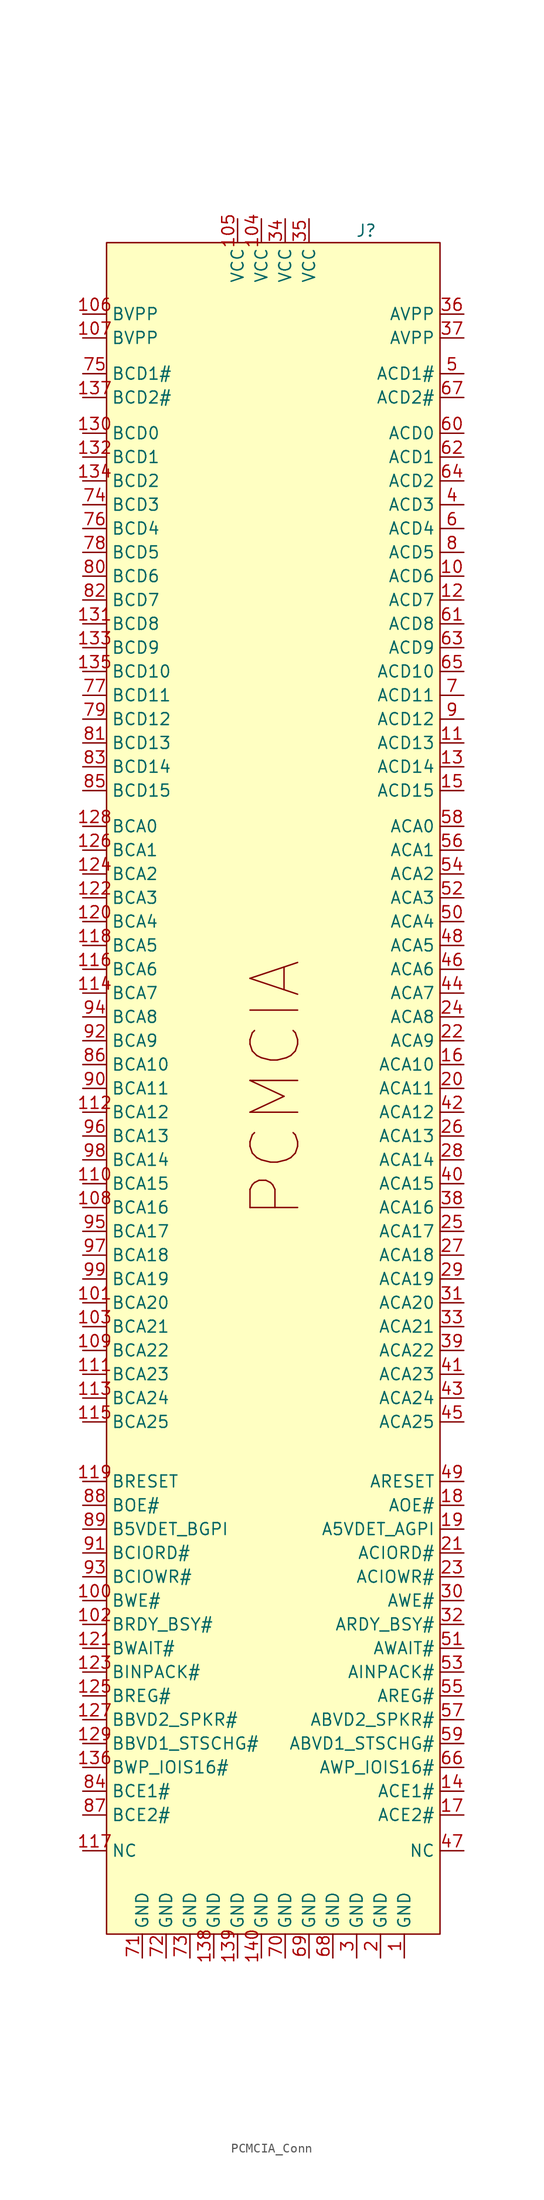
<source format=kicad_sym>
(kicad_symbol_lib
  (version 20241209)
  (generator "kicad_symbol_editor")
  (generator_version "9.0")
  (symbol "PCMCIA_Conn"
    (property "Reference" "J"
      (at 9.906 91.44 0)
      (effects (font (size 1.27 1.27))))
    (property "Value" ""
      (at 0 0 0)
      (effects (font (size 1.27 1.27))))
    (symbol "PCMCIA_Conn_1_1"
      (rectangle (start -17.78 90.17) (end 17.78 -90.17) (stroke (width 0) (type solid)) (fill (type color) (color 255 255 194 1)))
      (text "PCMCIA" (at 0.254 0 900) (effects (font (size 5.08 5.08))))
      (pin power_in line (at -20.32 82.55 0) (length 2.54) (name "BVPP" (effects (font (size 1.27 1.27)))) (number "106" (effects (font (size 1.27 1.27)))))
      (pin power_in line (at -20.32 80.01 0) (length 2.54) (name "BVPP" (effects (font (size 1.27 1.27)))) (number "107" (effects (font (size 1.27 1.27)))))
      (pin bidirectional line (at -20.32 76.2 0) (length 2.54) (name "BCD1#" (effects (font (size 1.27 1.27)))) (number "75" (effects (font (size 1.27 1.27)))))
      (pin bidirectional line (at -20.32 73.66 0) (length 2.54) (name "BCD2#" (effects (font (size 1.27 1.27)))) (number "137" (effects (font (size 1.27 1.27)))))
      (pin bidirectional line (at -20.32 69.85 0) (length 2.54) (name "BCD0" (effects (font (size 1.27 1.27)))) (number "130" (effects (font (size 1.27 1.27)))))
      (pin bidirectional line (at -20.32 67.31 0) (length 2.54) (name "BCD1" (effects (font (size 1.27 1.27)))) (number "132" (effects (font (size 1.27 1.27)))))
      (pin bidirectional line (at -20.32 64.77 0) (length 2.54) (name "BCD2" (effects (font (size 1.27 1.27)))) (number "134" (effects (font (size 1.27 1.27)))))
      (pin bidirectional line (at -20.32 62.23 0) (length 2.54) (name "BCD3" (effects (font (size 1.27 1.27)))) (number "74" (effects (font (size 1.27 1.27)))))
      (pin bidirectional line (at -20.32 59.69 0) (length 2.54) (name "BCD4" (effects (font (size 1.27 1.27)))) (number "76" (effects (font (size 1.27 1.27)))))
      (pin bidirectional line (at -20.32 57.15 0) (length 2.54) (name "BCD5" (effects (font (size 1.27 1.27)))) (number "78" (effects (font (size 1.27 1.27)))))
      (pin bidirectional line (at -20.32 54.61 0) (length 2.54) (name "BCD6" (effects (font (size 1.27 1.27)))) (number "80" (effects (font (size 1.27 1.27)))))
      (pin bidirectional line (at -20.32 52.07 0) (length 2.54) (name "BCD7" (effects (font (size 1.27 1.27)))) (number "82" (effects (font (size 1.27 1.27)))))
      (pin bidirectional line (at -20.32 49.53 0) (length 2.54) (name "BCD8" (effects (font (size 1.27 1.27)))) (number "131" (effects (font (size 1.27 1.27)))))
      (pin bidirectional line (at -20.32 46.99 0) (length 2.54) (name "BCD9" (effects (font (size 1.27 1.27)))) (number "133" (effects (font (size 1.27 1.27)))))
      (pin bidirectional line (at -20.32 44.45 0) (length 2.54) (name "BCD10" (effects (font (size 1.27 1.27)))) (number "135" (effects (font (size 1.27 1.27)))))
      (pin bidirectional line (at -20.32 41.91 0) (length 2.54) (name "BCD11" (effects (font (size 1.27 1.27)))) (number "77" (effects (font (size 1.27 1.27)))))
      (pin bidirectional line (at -20.32 39.37 0) (length 2.54) (name "BCD12" (effects (font (size 1.27 1.27)))) (number "79" (effects (font (size 1.27 1.27)))))
      (pin bidirectional line (at -20.32 36.83 0) (length 2.54) (name "BCD13" (effects (font (size 1.27 1.27)))) (number "81" (effects (font (size 1.27 1.27)))))
      (pin bidirectional line (at -20.32 34.29 0) (length 2.54) (name "BCD14" (effects (font (size 1.27 1.27)))) (number "83" (effects (font (size 1.27 1.27)))))
      (pin bidirectional line (at -20.32 31.75 0) (length 2.54) (name "BCD15" (effects (font (size 1.27 1.27)))) (number "85" (effects (font (size 1.27 1.27)))))
      (pin bidirectional line (at -20.32 27.94 0) (length 2.54) (name "BCA0" (effects (font (size 1.27 1.27)))) (number "128" (effects (font (size 1.27 1.27)))))
      (pin bidirectional line (at -20.32 25.4 0) (length 2.54) (name "BCA1" (effects (font (size 1.27 1.27)))) (number "126" (effects (font (size 1.27 1.27)))))
      (pin bidirectional line (at -20.32 22.86 0) (length 2.54) (name "BCA2" (effects (font (size 1.27 1.27)))) (number "124" (effects (font (size 1.27 1.27)))))
      (pin bidirectional line (at -20.32 20.32 0) (length 2.54) (name "BCA3" (effects (font (size 1.27 1.27)))) (number "122" (effects (font (size 1.27 1.27)))))
      (pin bidirectional line (at -20.32 17.78 0) (length 2.54) (name "BCA4" (effects (font (size 1.27 1.27)))) (number "120" (effects (font (size 1.27 1.27)))))
      (pin bidirectional line (at -20.32 15.24 0) (length 2.54) (name "BCA5" (effects (font (size 1.27 1.27)))) (number "118" (effects (font (size 1.27 1.27)))))
      (pin bidirectional line (at -20.32 12.7 0) (length 2.54) (name "BCA6" (effects (font (size 1.27 1.27)))) (number "116" (effects (font (size 1.27 1.27)))))
      (pin bidirectional line (at -20.32 10.16 0) (length 2.54) (name "BCA7" (effects (font (size 1.27 1.27)))) (number "114" (effects (font (size 1.27 1.27)))))
      (pin bidirectional line (at -20.32 7.62 0) (length 2.54) (name "BCA8" (effects (font (size 1.27 1.27)))) (number "94" (effects (font (size 1.27 1.27)))))
      (pin bidirectional line (at -20.32 5.08 0) (length 2.54) (name "BCA9" (effects (font (size 1.27 1.27)))) (number "92" (effects (font (size 1.27 1.27)))))
      (pin bidirectional line (at -20.32 2.54 0) (length 2.54) (name "BCA10" (effects (font (size 1.27 1.27)))) (number "86" (effects (font (size 1.27 1.27)))))
      (pin bidirectional line (at -20.32 0 0) (length 2.54) (name "BCA11" (effects (font (size 1.27 1.27)))) (number "90" (effects (font (size 1.27 1.27)))))
      (pin bidirectional line (at -20.32 -2.54 0) (length 2.54) (name "BCA12" (effects (font (size 1.27 1.27)))) (number "112" (effects (font (size 1.27 1.27)))))
      (pin bidirectional line (at -20.32 -5.08 0) (length 2.54) (name "BCA13" (effects (font (size 1.27 1.27)))) (number "96" (effects (font (size 1.27 1.27)))))
      (pin bidirectional line (at -20.32 -7.62 0) (length 2.54) (name "BCA14" (effects (font (size 1.27 1.27)))) (number "98" (effects (font (size 1.27 1.27)))))
      (pin bidirectional line (at -20.32 -10.16 0) (length 2.54) (name "BCA15" (effects (font (size 1.27 1.27)))) (number "110" (effects (font (size 1.27 1.27)))))
      (pin bidirectional line (at -20.32 -12.7 0) (length 2.54) (name "BCA16" (effects (font (size 1.27 1.27)))) (number "108" (effects (font (size 1.27 1.27)))))
      (pin bidirectional line (at -20.32 -15.24 0) (length 2.54) (name "BCA17" (effects (font (size 1.27 1.27)))) (number "95" (effects (font (size 1.27 1.27)))))
      (pin bidirectional line (at -20.32 -17.78 0) (length 2.54) (name "BCA18" (effects (font (size 1.27 1.27)))) (number "97" (effects (font (size 1.27 1.27)))))
      (pin bidirectional line (at -20.32 -20.32 0) (length 2.54) (name "BCA19" (effects (font (size 1.27 1.27)))) (number "99" (effects (font (size 1.27 1.27)))))
      (pin bidirectional line (at -20.32 -22.86 0) (length 2.54) (name "BCA20" (effects (font (size 1.27 1.27)))) (number "101" (effects (font (size 1.27 1.27)))))
      (pin bidirectional line (at -20.32 -25.4 0) (length 2.54) (name "BCA21" (effects (font (size 1.27 1.27)))) (number "103" (effects (font (size 1.27 1.27)))))
      (pin bidirectional line (at -20.32 -27.94 0) (length 2.54) (name "BCA22" (effects (font (size 1.27 1.27)))) (number "109" (effects (font (size 1.27 1.27)))))
      (pin bidirectional line (at -20.32 -30.48 0) (length 2.54) (name "BCA23" (effects (font (size 1.27 1.27)))) (number "111" (effects (font (size 1.27 1.27)))))
      (pin bidirectional line (at -20.32 -33.02 0) (length 2.54) (name "BCA24" (effects (font (size 1.27 1.27)))) (number "113" (effects (font (size 1.27 1.27)))))
      (pin bidirectional line (at -20.32 -35.56 0) (length 2.54) (name "BCA25" (effects (font (size 1.27 1.27)))) (number "115" (effects (font (size 1.27 1.27)))))
      (pin bidirectional line (at -20.32 -41.91 0) (length 2.54) (name "BRESET" (effects (font (size 1.27 1.27)))) (number "119" (effects (font (size 1.27 1.27)))))
      (pin bidirectional line (at -20.32 -44.45 0) (length 2.54) (name "BOE#" (effects (font (size 1.27 1.27)))) (number "88" (effects (font (size 1.27 1.27)))))
      (pin bidirectional line (at -20.32 -46.99 0) (length 2.54) (name "B5VDET_BGPI" (effects (font (size 1.27 1.27)))) (number "89" (effects (font (size 1.27 1.27)))))
      (pin bidirectional line (at -20.32 -49.53 0) (length 2.54) (name "BCIORD#" (effects (font (size 1.27 1.27)))) (number "91" (effects (font (size 1.27 1.27)))))
      (pin bidirectional line (at -20.32 -52.07 0) (length 2.54) (name "BCIOWR#" (effects (font (size 1.27 1.27)))) (number "93" (effects (font (size 1.27 1.27)))))
      (pin bidirectional line (at -20.32 -54.61 0) (length 2.54) (name "BWE#" (effects (font (size 1.27 1.27)))) (number "100" (effects (font (size 1.27 1.27)))))
      (pin bidirectional line (at -20.32 -57.15 0) (length 2.54) (name "BRDY_BSY#" (effects (font (size 1.27 1.27)))) (number "102" (effects (font (size 1.27 1.27)))))
      (pin bidirectional line (at -20.32 -59.69 0) (length 2.54) (name "BWAIT#" (effects (font (size 1.27 1.27)))) (number "121" (effects (font (size 1.27 1.27)))))
      (pin bidirectional line (at -20.32 -62.23 0) (length 2.54) (name "BINPACK#" (effects (font (size 1.27 1.27)))) (number "123" (effects (font (size 1.27 1.27)))))
      (pin bidirectional line (at -20.32 -64.77 0) (length 2.54) (name "BREG#" (effects (font (size 1.27 1.27)))) (number "125" (effects (font (size 1.27 1.27)))))
      (pin bidirectional line (at -20.32 -67.31 0) (length 2.54) (name "BBVD2_SPKR#" (effects (font (size 1.27 1.27)))) (number "127" (effects (font (size 1.27 1.27)))))
      (pin bidirectional line (at -20.32 -69.85 0) (length 2.54) (name "BBVD1_STSCHG#" (effects (font (size 1.27 1.27)))) (number "129" (effects (font (size 1.27 1.27)))))
      (pin bidirectional line (at -20.32 -72.39 0) (length 2.54) (name "BWP_IOIS16#" (effects (font (size 1.27 1.27)))) (number "136" (effects (font (size 1.27 1.27)))))
      (pin bidirectional line (at -20.32 -74.93 0) (length 2.54) (name "BCE1#" (effects (font (size 1.27 1.27)))) (number "84" (effects (font (size 1.27 1.27)))))
      (pin bidirectional line (at -20.32 -77.47 0) (length 2.54) (name "BCE2#" (effects (font (size 1.27 1.27)))) (number "87" (effects (font (size 1.27 1.27)))))
      (pin bidirectional line (at -20.32 -81.28 0) (length 2.54) (name "NC" (effects (font (size 1.27 1.27)))) (number "117" (effects (font (size 1.27 1.27)))))
      (pin power_in line (at -13.97 -92.71 90) (length 2.54) (name "GND" (effects (font (size 1.27 1.27)))) (number "71" (effects (font (size 1.27 1.27)))))
      (pin power_in line (at -11.43 -92.71 90) (length 2.54) (name "GND" (effects (font (size 1.27 1.27)))) (number "72" (effects (font (size 1.27 1.27)))))
      (pin power_in line (at -8.89 -92.71 90) (length 2.54) (name "GND" (effects (font (size 1.27 1.27)))) (number "73" (effects (font (size 1.27 1.27)))))
      (pin power_in line (at -6.35 -92.71 90) (length 2.54) (name "GND" (effects (font (size 1.27 1.27)))) (number "138" (effects (font (size 1.27 1.27)))))
      (pin power_in line (at -3.81 92.71 270) (length 2.54) (name "VCC" (effects (font (size 1.27 1.27)))) (number "105" (effects (font (size 1.27 1.27)))))
      (pin power_in line (at -3.81 -92.71 90) (length 2.54) (name "GND" (effects (font (size 1.27 1.27)))) (number "139" (effects (font (size 1.27 1.27)))))
      (pin power_in line (at -1.27 92.71 270) (length 2.54) (name "VCC" (effects (font (size 1.27 1.27)))) (number "104" (effects (font (size 1.27 1.27)))))
      (pin power_in line (at -1.27 -92.71 90) (length 2.54) (name "GND" (effects (font (size 1.27 1.27)))) (number "140" (effects (font (size 1.27 1.27)))))
      (pin power_in line (at 1.27 92.71 270) (length 2.54) (name "VCC" (effects (font (size 1.27 1.27)))) (number "34" (effects (font (size 1.27 1.27)))))
      (pin power_in line (at 1.27 -92.71 90) (length 2.54) (name "GND" (effects (font (size 1.27 1.27)))) (number "70" (effects (font (size 1.27 1.27)))))
      (pin power_in line (at 3.81 92.71 270) (length 2.54) (name "VCC" (effects (font (size 1.27 1.27)))) (number "35" (effects (font (size 1.27 1.27)))))
      (pin power_in line (at 3.81 -92.71 90) (length 2.54) (name "GND" (effects (font (size 1.27 1.27)))) (number "69" (effects (font (size 1.27 1.27)))))
      (pin power_in line (at 6.35 -92.71 90) (length 2.54) (name "GND" (effects (font (size 1.27 1.27)))) (number "68" (effects (font (size 1.27 1.27)))))
      (pin power_in line (at 8.89 -92.71 90) (length 2.54) (name "GND" (effects (font (size 1.27 1.27)))) (number "3" (effects (font (size 1.27 1.27)))))
      (pin power_in line (at 11.43 -92.71 90) (length 2.54) (name "GND" (effects (font (size 1.27 1.27)))) (number "2" (effects (font (size 1.27 1.27)))))
      (pin power_in line (at 13.97 -92.71 90) (length 2.54) (name "GND" (effects (font (size 1.27 1.27)))) (number "1" (effects (font (size 1.27 1.27)))))
      (pin power_in line (at 20.32 82.55 180) (length 2.54) (name "AVPP" (effects (font (size 1.27 1.27)))) (number "36" (effects (font (size 1.27 1.27)))))
      (pin power_in line (at 20.32 80.01 180) (length 2.54) (name "AVPP" (effects (font (size 1.27 1.27)))) (number "37" (effects (font (size 1.27 1.27)))))
      (pin bidirectional line (at 20.32 76.2 180) (length 2.54) (name "ACD1#" (effects (font (size 1.27 1.27)))) (number "5" (effects (font (size 1.27 1.27)))))
      (pin bidirectional line (at 20.32 73.66 180) (length 2.54) (name "ACD2#" (effects (font (size 1.27 1.27)))) (number "67" (effects (font (size 1.27 1.27)))))
      (pin bidirectional line (at 20.32 69.85 180) (length 2.54) (name "ACD0" (effects (font (size 1.27 1.27)))) (number "60" (effects (font (size 1.27 1.27)))))
      (pin bidirectional line (at 20.32 67.31 180) (length 2.54) (name "ACD1" (effects (font (size 1.27 1.27)))) (number "62" (effects (font (size 1.27 1.27)))))
      (pin bidirectional line (at 20.32 64.77 180) (length 2.54) (name "ACD2" (effects (font (size 1.27 1.27)))) (number "64" (effects (font (size 1.27 1.27)))))
      (pin bidirectional line (at 20.32 62.23 180) (length 2.54) (name "ACD3" (effects (font (size 1.27 1.27)))) (number "4" (effects (font (size 1.27 1.27)))))
      (pin bidirectional line (at 20.32 59.69 180) (length 2.54) (name "ACD4" (effects (font (size 1.27 1.27)))) (number "6" (effects (font (size 1.27 1.27)))))
      (pin bidirectional line (at 20.32 57.15 180) (length 2.54) (name "ACD5" (effects (font (size 1.27 1.27)))) (number "8" (effects (font (size 1.27 1.27)))))
      (pin bidirectional line (at 20.32 54.61 180) (length 2.54) (name "ACD6" (effects (font (size 1.27 1.27)))) (number "10" (effects (font (size 1.27 1.27)))))
      (pin bidirectional line (at 20.32 52.07 180) (length 2.54) (name "ACD7" (effects (font (size 1.27 1.27)))) (number "12" (effects (font (size 1.27 1.27)))))
      (pin bidirectional line (at 20.32 49.53 180) (length 2.54) (name "ACD8" (effects (font (size 1.27 1.27)))) (number "61" (effects (font (size 1.27 1.27)))))
      (pin bidirectional line (at 20.32 46.99 180) (length 2.54) (name "ACD9" (effects (font (size 1.27 1.27)))) (number "63" (effects (font (size 1.27 1.27)))))
      (pin bidirectional line (at 20.32 44.45 180) (length 2.54) (name "ACD10" (effects (font (size 1.27 1.27)))) (number "65" (effects (font (size 1.27 1.27)))))
      (pin bidirectional line (at 20.32 41.91 180) (length 2.54) (name "ACD11" (effects (font (size 1.27 1.27)))) (number "7" (effects (font (size 1.27 1.27)))))
      (pin bidirectional line (at 20.32 39.37 180) (length 2.54) (name "ACD12" (effects (font (size 1.27 1.27)))) (number "9" (effects (font (size 1.27 1.27)))))
      (pin bidirectional line (at 20.32 36.83 180) (length 2.54) (name "ACD13" (effects (font (size 1.27 1.27)))) (number "11" (effects (font (size 1.27 1.27)))))
      (pin bidirectional line (at 20.32 34.29 180) (length 2.54) (name "ACD14" (effects (font (size 1.27 1.27)))) (number "13" (effects (font (size 1.27 1.27)))))
      (pin bidirectional line (at 20.32 31.75 180) (length 2.54) (name "ACD15" (effects (font (size 1.27 1.27)))) (number "15" (effects (font (size 1.27 1.27)))))
      (pin bidirectional line (at 20.32 27.94 180) (length 2.54) (name "ACA0" (effects (font (size 1.27 1.27)))) (number "58" (effects (font (size 1.27 1.27)))))
      (pin bidirectional line (at 20.32 25.4 180) (length 2.54) (name "ACA1" (effects (font (size 1.27 1.27)))) (number "56" (effects (font (size 1.27 1.27)))))
      (pin bidirectional line (at 20.32 22.86 180) (length 2.54) (name "ACA2" (effects (font (size 1.27 1.27)))) (number "54" (effects (font (size 1.27 1.27)))))
      (pin bidirectional line (at 20.32 20.32 180) (length 2.54) (name "ACA3" (effects (font (size 1.27 1.27)))) (number "52" (effects (font (size 1.27 1.27)))))
      (pin bidirectional line (at 20.32 17.78 180) (length 2.54) (name "ACA4" (effects (font (size 1.27 1.27)))) (number "50" (effects (font (size 1.27 1.27)))))
      (pin bidirectional line (at 20.32 15.24 180) (length 2.54) (name "ACA5" (effects (font (size 1.27 1.27)))) (number "48" (effects (font (size 1.27 1.27)))))
      (pin bidirectional line (at 20.32 12.7 180) (length 2.54) (name "ACA6" (effects (font (size 1.27 1.27)))) (number "46" (effects (font (size 1.27 1.27)))))
      (pin bidirectional line (at 20.32 10.16 180) (length 2.54) (name "ACA7" (effects (font (size 1.27 1.27)))) (number "44" (effects (font (size 1.27 1.27)))))
      (pin bidirectional line (at 20.32 7.62 180) (length 2.54) (name "ACA8" (effects (font (size 1.27 1.27)))) (number "24" (effects (font (size 1.27 1.27)))))
      (pin bidirectional line (at 20.32 5.08 180) (length 2.54) (name "ACA9" (effects (font (size 1.27 1.27)))) (number "22" (effects (font (size 1.27 1.27)))))
      (pin bidirectional line (at 20.32 2.54 180) (length 2.54) (name "ACA10" (effects (font (size 1.27 1.27)))) (number "16" (effects (font (size 1.27 1.27)))))
      (pin bidirectional line (at 20.32 0 180) (length 2.54) (name "ACA11" (effects (font (size 1.27 1.27)))) (number "20" (effects (font (size 1.27 1.27)))))
      (pin bidirectional line (at 20.32 -2.54 180) (length 2.54) (name "ACA12" (effects (font (size 1.27 1.27)))) (number "42" (effects (font (size 1.27 1.27)))))
      (pin bidirectional line (at 20.32 -5.08 180) (length 2.54) (name "ACA13" (effects (font (size 1.27 1.27)))) (number "26" (effects (font (size 1.27 1.27)))))
      (pin bidirectional line (at 20.32 -7.62 180) (length 2.54) (name "ACA14" (effects (font (size 1.27 1.27)))) (number "28" (effects (font (size 1.27 1.27)))))
      (pin bidirectional line (at 20.32 -10.16 180) (length 2.54) (name "ACA15" (effects (font (size 1.27 1.27)))) (number "40" (effects (font (size 1.27 1.27)))))
      (pin bidirectional line (at 20.32 -12.7 180) (length 2.54) (name "ACA16" (effects (font (size 1.27 1.27)))) (number "38" (effects (font (size 1.27 1.27)))))
      (pin bidirectional line (at 20.32 -15.24 180) (length 2.54) (name "ACA17" (effects (font (size 1.27 1.27)))) (number "25" (effects (font (size 1.27 1.27)))))
      (pin bidirectional line (at 20.32 -17.78 180) (length 2.54) (name "ACA18" (effects (font (size 1.27 1.27)))) (number "27" (effects (font (size 1.27 1.27)))))
      (pin bidirectional line (at 20.32 -20.32 180) (length 2.54) (name "ACA19" (effects (font (size 1.27 1.27)))) (number "29" (effects (font (size 1.27 1.27)))))
      (pin bidirectional line (at 20.32 -22.86 180) (length 2.54) (name "ACA20" (effects (font (size 1.27 1.27)))) (number "31" (effects (font (size 1.27 1.27)))))
      (pin bidirectional line (at 20.32 -25.4 180) (length 2.54) (name "ACA21" (effects (font (size 1.27 1.27)))) (number "33" (effects (font (size 1.27 1.27)))))
      (pin bidirectional line (at 20.32 -27.94 180) (length 2.54) (name "ACA22" (effects (font (size 1.27 1.27)))) (number "39" (effects (font (size 1.27 1.27)))))
      (pin bidirectional line (at 20.32 -30.48 180) (length 2.54) (name "ACA23" (effects (font (size 1.27 1.27)))) (number "41" (effects (font (size 1.27 1.27)))))
      (pin bidirectional line (at 20.32 -33.02 180) (length 2.54) (name "ACA24" (effects (font (size 1.27 1.27)))) (number "43" (effects (font (size 1.27 1.27)))))
      (pin bidirectional line (at 20.32 -35.56 180) (length 2.54) (name "ACA25" (effects (font (size 1.27 1.27)))) (number "45" (effects (font (size 1.27 1.27)))))
      (pin bidirectional line (at 20.32 -41.91 180) (length 2.54) (name "ARESET" (effects (font (size 1.27 1.27)))) (number "49" (effects (font (size 1.27 1.27)))))
      (pin bidirectional line (at 20.32 -44.45 180) (length 2.54) (name "AOE#" (effects (font (size 1.27 1.27)))) (number "18" (effects (font (size 1.27 1.27)))))
      (pin bidirectional line (at 20.32 -46.99 180) (length 2.54) (name "A5VDET_AGPI" (effects (font (size 1.27 1.27)))) (number "19" (effects (font (size 1.27 1.27)))))
      (pin bidirectional line (at 20.32 -49.53 180) (length 2.54) (name "ACIORD#" (effects (font (size 1.27 1.27)))) (number "21" (effects (font (size 1.27 1.27)))))
      (pin bidirectional line (at 20.32 -52.07 180) (length 2.54) (name "ACIOWR#" (effects (font (size 1.27 1.27)))) (number "23" (effects (font (size 1.27 1.27)))))
      (pin bidirectional line (at 20.32 -54.61 180) (length 2.54) (name "AWE#" (effects (font (size 1.27 1.27)))) (number "30" (effects (font (size 1.27 1.27)))))
      (pin bidirectional line (at 20.32 -57.15 180) (length 2.54) (name "ARDY_BSY#" (effects (font (size 1.27 1.27)))) (number "32" (effects (font (size 1.27 1.27)))))
      (pin bidirectional line (at 20.32 -59.69 180) (length 2.54) (name "AWAIT#" (effects (font (size 1.27 1.27)))) (number "51" (effects (font (size 1.27 1.27)))))
      (pin bidirectional line (at 20.32 -62.23 180) (length 2.54) (name "AINPACK#" (effects (font (size 1.27 1.27)))) (number "53" (effects (font (size 1.27 1.27)))))
      (pin bidirectional line (at 20.32 -64.77 180) (length 2.54) (name "AREG#" (effects (font (size 1.27 1.27)))) (number "55" (effects (font (size 1.27 1.27)))))
      (pin bidirectional line (at 20.32 -67.31 180) (length 2.54) (name "ABVD2_SPKR#" (effects (font (size 1.27 1.27)))) (number "57" (effects (font (size 1.27 1.27)))))
      (pin bidirectional line (at 20.32 -69.85 180) (length 2.54) (name "ABVD1_STSCHG#" (effects (font (size 1.27 1.27)))) (number "59" (effects (font (size 1.27 1.27)))))
      (pin bidirectional line (at 20.32 -72.39 180) (length 2.54) (name "AWP_IOIS16#" (effects (font (size 1.27 1.27)))) (number "66" (effects (font (size 1.27 1.27)))))
      (pin bidirectional line (at 20.32 -74.93 180) (length 2.54) (name "ACE1#" (effects (font (size 1.27 1.27)))) (number "14" (effects (font (size 1.27 1.27)))))
      (pin bidirectional line (at 20.32 -77.47 180) (length 2.54) (name "ACE2#" (effects (font (size 1.27 1.27)))) (number "17" (effects (font (size 1.27 1.27)))))
      (pin bidirectional line (at 20.32 -81.28 180) (length 2.54) (name "NC" (effects (font (size 1.27 1.27)))) (number "47" (effects (font (size 1.27 1.27))))))))
</source>
